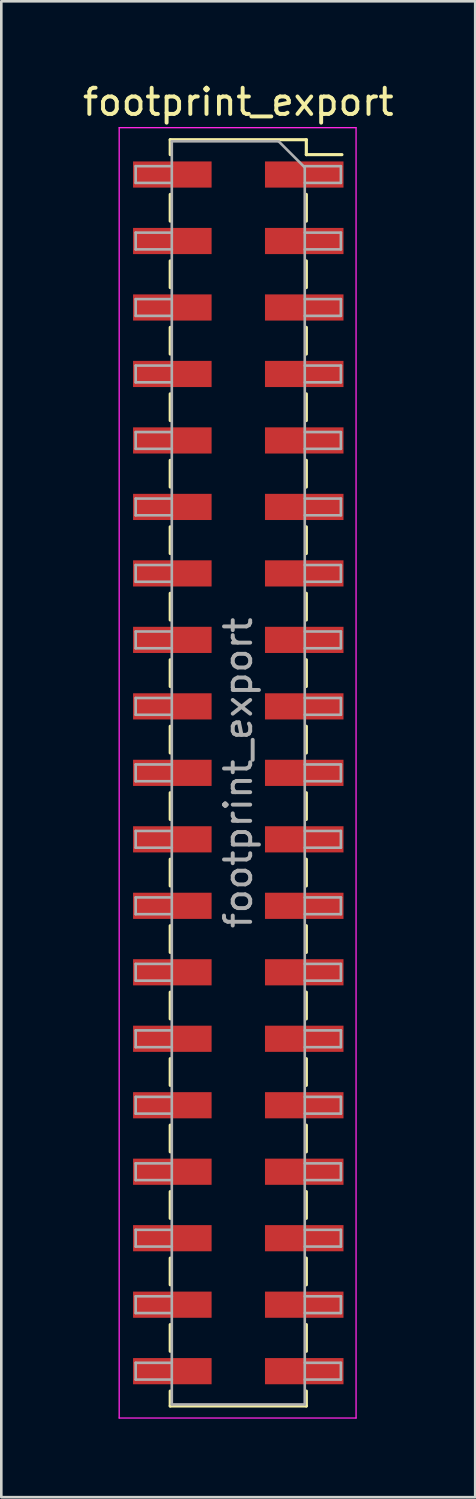
<source format=kicad_pcb>
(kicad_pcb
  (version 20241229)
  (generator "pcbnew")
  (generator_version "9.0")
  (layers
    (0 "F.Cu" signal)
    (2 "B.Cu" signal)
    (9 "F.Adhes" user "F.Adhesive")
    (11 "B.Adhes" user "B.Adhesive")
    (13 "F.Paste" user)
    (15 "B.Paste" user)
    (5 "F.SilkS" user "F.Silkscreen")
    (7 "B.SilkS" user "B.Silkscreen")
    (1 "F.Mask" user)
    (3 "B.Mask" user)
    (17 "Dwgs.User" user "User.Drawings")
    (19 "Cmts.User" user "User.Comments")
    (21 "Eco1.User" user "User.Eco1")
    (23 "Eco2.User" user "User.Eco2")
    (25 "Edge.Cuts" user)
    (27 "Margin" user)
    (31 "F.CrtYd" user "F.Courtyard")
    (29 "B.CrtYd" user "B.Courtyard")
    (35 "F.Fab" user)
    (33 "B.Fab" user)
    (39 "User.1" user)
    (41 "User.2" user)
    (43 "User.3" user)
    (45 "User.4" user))
  (footprint "footprint_export"
    (layer "F.Cu")
    (at 6.054 26.478)
    (property "Reference" "footprint_export" (at 0 -25.63 0) (layer "F.SilkS") (effects (font (size 1 1) (thickness 0.15))))
    (attr smd)
    (fp_line (start -2.6 -24.19) (end -2.6 -23.62) (stroke (width 0.12) (type solid)) (layer "F.SilkS"))
    (fp_line (start -2.6 -24.19) (end 2.6 -24.19) (stroke (width 0.12) (type solid)) (layer "F.SilkS"))
    (fp_line (start -2.6 -22.1) (end -2.6 -21.08) (stroke (width 0.12) (type solid)) (layer "F.SilkS"))
    (fp_line (start -2.6 -19.56) (end -2.6 -18.54) (stroke (width 0.12) (type solid)) (layer "F.SilkS"))
    (fp_line (start -2.6 -17.02) (end -2.6 -16) (stroke (width 0.12) (type solid)) (layer "F.SilkS"))
    (fp_line (start -2.6 -14.48) (end -2.6 -13.46) (stroke (width 0.12) (type solid)) (layer "F.SilkS"))
    (fp_line (start -2.6 -11.94) (end -2.6 -10.92) (stroke (width 0.12) (type solid)) (layer "F.SilkS"))
    (fp_line (start -2.6 -9.4) (end -2.6 -8.38) (stroke (width 0.12) (type solid)) (layer "F.SilkS"))
    (fp_line (start -2.6 -6.86) (end -2.6 -5.84) (stroke (width 0.12) (type solid)) (layer "F.SilkS"))
    (fp_line (start -2.6 -4.32) (end -2.6 -3.3) (stroke (width 0.12) (type solid)) (layer "F.SilkS"))
    (fp_line (start -2.6 -1.78) (end -2.6 -0.76) (stroke (width 0.12) (type solid)) (layer "F.SilkS"))
    (fp_line (start -2.6 0.76) (end -2.6 1.78) (stroke (width 0.12) (type solid)) (layer "F.SilkS"))
    (fp_line (start -2.6 3.3) (end -2.6 4.32) (stroke (width 0.12) (type solid)) (layer "F.SilkS"))
    (fp_line (start -2.6 5.84) (end -2.6 6.86) (stroke (width 0.12) (type solid)) (layer "F.SilkS"))
    (fp_line (start -2.6 8.38) (end -2.6 9.4) (stroke (width 0.12) (type solid)) (layer "F.SilkS"))
    (fp_line (start -2.6 10.92) (end -2.6 11.94) (stroke (width 0.12) (type solid)) (layer "F.SilkS"))
    (fp_line (start -2.6 13.46) (end -2.6 14.48) (stroke (width 0.12) (type solid)) (layer "F.SilkS"))
    (fp_line (start -2.6 16) (end -2.6 17.02) (stroke (width 0.12) (type solid)) (layer "F.SilkS"))
    (fp_line (start -2.6 18.54) (end -2.6 19.56) (stroke (width 0.12) (type solid)) (layer "F.SilkS"))
    (fp_line (start -2.6 21.08) (end -2.6 22.1) (stroke (width 0.12) (type solid)) (layer "F.SilkS"))
    (fp_line (start -2.6 23.62) (end -2.6 24.19) (stroke (width 0.12) (type solid)) (layer "F.SilkS"))
    (fp_line (start -2.6 24.19) (end 2.6 24.19) (stroke (width 0.12) (type solid)) (layer "F.SilkS"))
    (fp_line (start 2.6 -24.19) (end 2.6 -23.62) (stroke (width 0.12) (type solid)) (layer "F.SilkS"))
    (fp_line (start 2.6 -23.62) (end 3.96 -23.62) (stroke (width 0.12) (type solid)) (layer "F.SilkS"))
    (fp_line (start 2.6 -22.1) (end 2.6 -21.08) (stroke (width 0.12) (type solid)) (layer "F.SilkS"))
    (fp_line (start 2.6 -19.56) (end 2.6 -18.54) (stroke (width 0.12) (type solid)) (layer "F.SilkS"))
    (fp_line (start 2.6 -17.02) (end 2.6 -16) (stroke (width 0.12) (type solid)) (layer "F.SilkS"))
    (fp_line (start 2.6 -14.48) (end 2.6 -13.46) (stroke (width 0.12) (type solid)) (layer "F.SilkS"))
    (fp_line (start 2.6 -11.94) (end 2.6 -10.92) (stroke (width 0.12) (type solid)) (layer "F.SilkS"))
    (fp_line (start 2.6 -9.4) (end 2.6 -8.38) (stroke (width 0.12) (type solid)) (layer "F.SilkS"))
    (fp_line (start 2.6 -6.86) (end 2.6 -5.84) (stroke (width 0.12) (type solid)) (layer "F.SilkS"))
    (fp_line (start 2.6 -4.32) (end 2.6 -3.3) (stroke (width 0.12) (type solid)) (layer "F.SilkS"))
    (fp_line (start 2.6 -1.78) (end 2.6 -0.76) (stroke (width 0.12) (type solid)) (layer "F.SilkS"))
    (fp_line (start 2.6 0.76) (end 2.6 1.78) (stroke (width 0.12) (type solid)) (layer "F.SilkS"))
    (fp_line (start 2.6 3.3) (end 2.6 4.32) (stroke (width 0.12) (type solid)) (layer "F.SilkS"))
    (fp_line (start 2.6 5.84) (end 2.6 6.86) (stroke (width 0.12) (type solid)) (layer "F.SilkS"))
    (fp_line (start 2.6 8.38) (end 2.6 9.4) (stroke (width 0.12) (type solid)) (layer "F.SilkS"))
    (fp_line (start 2.6 10.92) (end 2.6 11.94) (stroke (width 0.12) (type solid)) (layer "F.SilkS"))
    (fp_line (start 2.6 13.46) (end 2.6 14.48) (stroke (width 0.12) (type solid)) (layer "F.SilkS"))
    (fp_line (start 2.6 16) (end 2.6 17.02) (stroke (width 0.12) (type solid)) (layer "F.SilkS"))
    (fp_line (start 2.6 18.54) (end 2.6 19.56) (stroke (width 0.12) (type solid)) (layer "F.SilkS"))
    (fp_line (start 2.6 21.08) (end 2.6 22.1) (stroke (width 0.12) (type solid)) (layer "F.SilkS"))
    (fp_line (start 2.6 23.62) (end 2.6 24.19) (stroke (width 0.12) (type solid)) (layer "F.SilkS"))
    (fp_line (start -4.55 -24.65) (end 4.5 -24.65) (stroke (width 0.05) (type solid)) (layer "F.CrtYd"))
    (fp_line (start -4.55 24.65) (end -4.55 -24.65) (stroke (width 0.05) (type solid)) (layer "F.CrtYd"))
    (fp_line (start 4.5 -24.65) (end 4.5 24.65) (stroke (width 0.05) (type solid)) (layer "F.CrtYd"))
    (fp_line (start 4.5 24.65) (end -4.55 24.65) (stroke (width 0.05) (type solid)) (layer "F.CrtYd"))
    (fp_line (start -3.92 -23.18) (end -2.54 -23.18) (stroke (width 0.1) (type solid)) (layer "F.Fab"))
    (fp_line (start -3.92 -22.54) (end -3.92 -23.18) (stroke (width 0.1) (type solid)) (layer "F.Fab"))
    (fp_line (start -3.92 -20.64) (end -2.54 -20.64) (stroke (width 0.1) (type solid)) (layer "F.Fab"))
    (fp_line (start -3.92 -20) (end -3.92 -20.64) (stroke (width 0.1) (type solid)) (layer "F.Fab"))
    (fp_line (start -3.92 -18.1) (end -2.54 -18.1) (stroke (width 0.1) (type solid)) (layer "F.Fab"))
    (fp_line (start -3.92 -17.46) (end -3.92 -18.1) (stroke (width 0.1) (type solid)) (layer "F.Fab"))
    (fp_line (start -3.92 -15.56) (end -2.54 -15.56) (stroke (width 0.1) (type solid)) (layer "F.Fab"))
    (fp_line (start -3.92 -14.92) (end -3.92 -15.56) (stroke (width 0.1) (type solid)) (layer "F.Fab"))
    (fp_line (start -3.92 -13.02) (end -2.54 -13.02) (stroke (width 0.1) (type solid)) (layer "F.Fab"))
    (fp_line (start -3.92 -12.38) (end -3.92 -13.02) (stroke (width 0.1) (type solid)) (layer "F.Fab"))
    (fp_line (start -3.92 -10.48) (end -2.54 -10.48) (stroke (width 0.1) (type solid)) (layer "F.Fab"))
    (fp_line (start -3.92 -9.84) (end -3.92 -10.48) (stroke (width 0.1) (type solid)) (layer "F.Fab"))
    (fp_line (start -3.92 -7.94) (end -2.54 -7.94) (stroke (width 0.1) (type solid)) (layer "F.Fab"))
    (fp_line (start -3.92 -7.3) (end -3.92 -7.94) (stroke (width 0.1) (type solid)) (layer "F.Fab"))
    (fp_line (start -3.92 -5.4) (end -2.54 -5.4) (stroke (width 0.1) (type solid)) (layer "F.Fab"))
    (fp_line (start -3.92 -4.76) (end -3.92 -5.4) (stroke (width 0.1) (type solid)) (layer "F.Fab"))
    (fp_line (start -3.92 -2.86) (end -2.54 -2.86) (stroke (width 0.1) (type solid)) (layer "F.Fab"))
    (fp_line (start -3.92 -2.22) (end -3.92 -2.86) (stroke (width 0.1) (type solid)) (layer "F.Fab"))
    (fp_line (start -3.92 -0.32) (end -2.54 -0.32) (stroke (width 0.1) (type solid)) (layer "F.Fab"))
    (fp_line (start -3.92 0.32) (end -3.92 -0.32) (stroke (width 0.1) (type solid)) (layer "F.Fab"))
    (fp_line (start -3.92 2.22) (end -2.54 2.22) (stroke (width 0.1) (type solid)) (layer "F.Fab"))
    (fp_line (start -3.92 2.86) (end -3.92 2.22) (stroke (width 0.1) (type solid)) (layer "F.Fab"))
    (fp_line (start -3.92 4.76) (end -2.54 4.76) (stroke (width 0.1) (type solid)) (layer "F.Fab"))
    (fp_line (start -3.92 5.4) (end -3.92 4.76) (stroke (width 0.1) (type solid)) (layer "F.Fab"))
    (fp_line (start -3.92 7.3) (end -2.54 7.3) (stroke (width 0.1) (type solid)) (layer "F.Fab"))
    (fp_line (start -3.92 7.94) (end -3.92 7.3) (stroke (width 0.1) (type solid)) (layer "F.Fab"))
    (fp_line (start -3.92 9.84) (end -2.54 9.84) (stroke (width 0.1) (type solid)) (layer "F.Fab"))
    (fp_line (start -3.92 10.48) (end -3.92 9.84) (stroke (width 0.1) (type solid)) (layer "F.Fab"))
    (fp_line (start -3.92 12.38) (end -2.54 12.38) (stroke (width 0.1) (type solid)) (layer "F.Fab"))
    (fp_line (start -3.92 13.02) (end -3.92 12.38) (stroke (width 0.1) (type solid)) (layer "F.Fab"))
    (fp_line (start -3.92 14.92) (end -2.54 14.92) (stroke (width 0.1) (type solid)) (layer "F.Fab"))
    (fp_line (start -3.92 15.56) (end -3.92 14.92) (stroke (width 0.1) (type solid)) (layer "F.Fab"))
    (fp_line (start -3.92 17.46) (end -2.54 17.46) (stroke (width 0.1) (type solid)) (layer "F.Fab"))
    (fp_line (start -3.92 18.1) (end -3.92 17.46) (stroke (width 0.1) (type solid)) (layer "F.Fab"))
    (fp_line (start -3.92 20) (end -2.54 20) (stroke (width 0.1) (type solid)) (layer "F.Fab"))
    (fp_line (start -3.92 20.64) (end -3.92 20) (stroke (width 0.1) (type solid)) (layer "F.Fab"))
    (fp_line (start -3.92 22.54) (end -2.54 22.54) (stroke (width 0.1) (type solid)) (layer "F.Fab"))
    (fp_line (start -3.92 23.18) (end -3.92 22.54) (stroke (width 0.1) (type solid)) (layer "F.Fab"))
    (fp_line (start -2.54 -24.13) (end 1.54 -24.13) (stroke (width 0.1) (type solid)) (layer "F.Fab"))
    (fp_line (start -2.54 -22.54) (end -3.92 -22.54) (stroke (width 0.1) (type solid)) (layer "F.Fab"))
    (fp_line (start -2.54 -20) (end -3.92 -20) (stroke (width 0.1) (type solid)) (layer "F.Fab"))
    (fp_line (start -2.54 -17.46) (end -3.92 -17.46) (stroke (width 0.1) (type solid)) (layer "F.Fab"))
    (fp_line (start -2.54 -14.92) (end -3.92 -14.92) (stroke (width 0.1) (type solid)) (layer "F.Fab"))
    (fp_line (start -2.54 -12.38) (end -3.92 -12.38) (stroke (width 0.1) (type solid)) (layer "F.Fab"))
    (fp_line (start -2.54 -9.84) (end -3.92 -9.84) (stroke (width 0.1) (type solid)) (layer "F.Fab"))
    (fp_line (start -2.54 -7.3) (end -3.92 -7.3) (stroke (width 0.1) (type solid)) (layer "F.Fab"))
    (fp_line (start -2.54 -4.76) (end -3.92 -4.76) (stroke (width 0.1) (type solid)) (layer "F.Fab"))
    (fp_line (start -2.54 -2.22) (end -3.92 -2.22) (stroke (width 0.1) (type solid)) (layer "F.Fab"))
    (fp_line (start -2.54 0.32) (end -3.92 0.32) (stroke (width 0.1) (type solid)) (layer "F.Fab"))
    (fp_line (start -2.54 2.86) (end -3.92 2.86) (stroke (width 0.1) (type solid)) (layer "F.Fab"))
    (fp_line (start -2.54 5.4) (end -3.92 5.4) (stroke (width 0.1) (type solid)) (layer "F.Fab"))
    (fp_line (start -2.54 7.94) (end -3.92 7.94) (stroke (width 0.1) (type solid)) (layer "F.Fab"))
    (fp_line (start -2.54 10.48) (end -3.92 10.48) (stroke (width 0.1) (type solid)) (layer "F.Fab"))
    (fp_line (start -2.54 13.02) (end -3.92 13.02) (stroke (width 0.1) (type solid)) (layer "F.Fab"))
    (fp_line (start -2.54 15.56) (end -3.92 15.56) (stroke (width 0.1) (type solid)) (layer "F.Fab"))
    (fp_line (start -2.54 18.1) (end -3.92 18.1) (stroke (width 0.1) (type solid)) (layer "F.Fab"))
    (fp_line (start -2.54 20.64) (end -3.92 20.64) (stroke (width 0.1) (type solid)) (layer "F.Fab"))
    (fp_line (start -2.54 23.18) (end -3.92 23.18) (stroke (width 0.1) (type solid)) (layer "F.Fab"))
    (fp_line (start -2.54 24.13) (end -2.54 -24.13) (stroke (width 0.1) (type solid)) (layer "F.Fab"))
    (fp_line (start 1.54 -24.13) (end 2.54 -23.13) (stroke (width 0.1) (type solid)) (layer "F.Fab"))
    (fp_line (start 2.54 -23.18) (end 3.92 -23.18) (stroke (width 0.1) (type solid)) (layer "F.Fab"))
    (fp_line (start 2.54 -23.13) (end 2.54 24.13) (stroke (width 0.1) (type solid)) (layer "F.Fab"))
    (fp_line (start 2.54 -20.64) (end 3.92 -20.64) (stroke (width 0.1) (type solid)) (layer "F.Fab"))
    (fp_line (start 2.54 -18.1) (end 3.92 -18.1) (stroke (width 0.1) (type solid)) (layer "F.Fab"))
    (fp_line (start 2.54 -15.56) (end 3.92 -15.56) (stroke (width 0.1) (type solid)) (layer "F.Fab"))
    (fp_line (start 2.54 -13.02) (end 3.92 -13.02) (stroke (width 0.1) (type solid)) (layer "F.Fab"))
    (fp_line (start 2.54 -10.48) (end 3.92 -10.48) (stroke (width 0.1) (type solid)) (layer "F.Fab"))
    (fp_line (start 2.54 -7.94) (end 3.92 -7.94) (stroke (width 0.1) (type solid)) (layer "F.Fab"))
    (fp_line (start 2.54 -5.4) (end 3.92 -5.4) (stroke (width 0.1) (type solid)) (layer "F.Fab"))
    (fp_line (start 2.54 -2.86) (end 3.92 -2.86) (stroke (width 0.1) (type solid)) (layer "F.Fab"))
    (fp_line (start 2.54 -0.32) (end 3.92 -0.32) (stroke (width 0.1) (type solid)) (layer "F.Fab"))
    (fp_line (start 2.54 2.22) (end 3.92 2.22) (stroke (width 0.1) (type solid)) (layer "F.Fab"))
    (fp_line (start 2.54 4.76) (end 3.92 4.76) (stroke (width 0.1) (type solid)) (layer "F.Fab"))
    (fp_line (start 2.54 7.3) (end 3.92 7.3) (stroke (width 0.1) (type solid)) (layer "F.Fab"))
    (fp_line (start 2.54 9.84) (end 3.92 9.84) (stroke (width 0.1) (type solid)) (layer "F.Fab"))
    (fp_line (start 2.54 12.38) (end 3.92 12.38) (stroke (width 0.1) (type solid)) (layer "F.Fab"))
    (fp_line (start 2.54 14.92) (end 3.92 14.92) (stroke (width 0.1) (type solid)) (layer "F.Fab"))
    (fp_line (start 2.54 17.46) (end 3.92 17.46) (stroke (width 0.1) (type solid)) (layer "F.Fab"))
    (fp_line (start 2.54 20) (end 3.92 20) (stroke (width 0.1) (type solid)) (layer "F.Fab"))
    (fp_line (start 2.54 22.54) (end 3.92 22.54) (stroke (width 0.1) (type solid)) (layer "F.Fab"))
    (fp_line (start 2.54 24.13) (end -2.54 24.13) (stroke (width 0.1) (type solid)) (layer "F.Fab"))
    (fp_line (start 3.92 -23.18) (end 3.92 -22.54) (stroke (width 0.1) (type solid)) (layer "F.Fab"))
    (fp_line (start 3.92 -22.54) (end 2.54 -22.54) (stroke (width 0.1) (type solid)) (layer "F.Fab"))
    (fp_line (start 3.92 -20.64) (end 3.92 -20) (stroke (width 0.1) (type solid)) (layer "F.Fab"))
    (fp_line (start 3.92 -20) (end 2.54 -20) (stroke (width 0.1) (type solid)) (layer "F.Fab"))
    (fp_line (start 3.92 -18.1) (end 3.92 -17.46) (stroke (width 0.1) (type solid)) (layer "F.Fab"))
    (fp_line (start 3.92 -17.46) (end 2.54 -17.46) (stroke (width 0.1) (type solid)) (layer "F.Fab"))
    (fp_line (start 3.92 -15.56) (end 3.92 -14.92) (stroke (width 0.1) (type solid)) (layer "F.Fab"))
    (fp_line (start 3.92 -14.92) (end 2.54 -14.92) (stroke (width 0.1) (type solid)) (layer "F.Fab"))
    (fp_line (start 3.92 -13.02) (end 3.92 -12.38) (stroke (width 0.1) (type solid)) (layer "F.Fab"))
    (fp_line (start 3.92 -12.38) (end 2.54 -12.38) (stroke (width 0.1) (type solid)) (layer "F.Fab"))
    (fp_line (start 3.92 -10.48) (end 3.92 -9.84) (stroke (width 0.1) (type solid)) (layer "F.Fab"))
    (fp_line (start 3.92 -9.84) (end 2.54 -9.84) (stroke (width 0.1) (type solid)) (layer "F.Fab"))
    (fp_line (start 3.92 -7.94) (end 3.92 -7.3) (stroke (width 0.1) (type solid)) (layer "F.Fab"))
    (fp_line (start 3.92 -7.3) (end 2.54 -7.3) (stroke (width 0.1) (type solid)) (layer "F.Fab"))
    (fp_line (start 3.92 -5.4) (end 3.92 -4.76) (stroke (width 0.1) (type solid)) (layer "F.Fab"))
    (fp_line (start 3.92 -4.76) (end 2.54 -4.76) (stroke (width 0.1) (type solid)) (layer "F.Fab"))
    (fp_line (start 3.92 -2.86) (end 3.92 -2.22) (stroke (width 0.1) (type solid)) (layer "F.Fab"))
    (fp_line (start 3.92 -2.22) (end 2.54 -2.22) (stroke (width 0.1) (type solid)) (layer "F.Fab"))
    (fp_line (start 3.92 -0.32) (end 3.92 0.32) (stroke (width 0.1) (type solid)) (layer "F.Fab"))
    (fp_line (start 3.92 0.32) (end 2.54 0.32) (stroke (width 0.1) (type solid)) (layer "F.Fab"))
    (fp_line (start 3.92 2.22) (end 3.92 2.86) (stroke (width 0.1) (type solid)) (layer "F.Fab"))
    (fp_line (start 3.92 2.86) (end 2.54 2.86) (stroke (width 0.1) (type solid)) (layer "F.Fab"))
    (fp_line (start 3.92 4.76) (end 3.92 5.4) (stroke (width 0.1) (type solid)) (layer "F.Fab"))
    (fp_line (start 3.92 5.4) (end 2.54 5.4) (stroke (width 0.1) (type solid)) (layer "F.Fab"))
    (fp_line (start 3.92 7.3) (end 3.92 7.94) (stroke (width 0.1) (type solid)) (layer "F.Fab"))
    (fp_line (start 3.92 7.94) (end 2.54 7.94) (stroke (width 0.1) (type solid)) (layer "F.Fab"))
    (fp_line (start 3.92 9.84) (end 3.92 10.48) (stroke (width 0.1) (type solid)) (layer "F.Fab"))
    (fp_line (start 3.92 10.48) (end 2.54 10.48) (stroke (width 0.1) (type solid)) (layer "F.Fab"))
    (fp_line (start 3.92 12.38) (end 3.92 13.02) (stroke (width 0.1) (type solid)) (layer "F.Fab"))
    (fp_line (start 3.92 13.02) (end 2.54 13.02) (stroke (width 0.1) (type solid)) (layer "F.Fab"))
    (fp_line (start 3.92 14.92) (end 3.92 15.56) (stroke (width 0.1) (type solid)) (layer "F.Fab"))
    (fp_line (start 3.92 15.56) (end 2.54 15.56) (stroke (width 0.1) (type solid)) (layer "F.Fab"))
    (fp_line (start 3.92 17.46) (end 3.92 18.1) (stroke (width 0.1) (type solid)) (layer "F.Fab"))
    (fp_line (start 3.92 18.1) (end 2.54 18.1) (stroke (width 0.1) (type solid)) (layer "F.Fab"))
    (fp_line (start 3.92 20) (end 3.92 20.64) (stroke (width 0.1) (type solid)) (layer "F.Fab"))
    (fp_line (start 3.92 20.64) (end 2.54 20.64) (stroke (width 0.1) (type solid)) (layer "F.Fab"))
    (fp_line (start 3.92 22.54) (end 3.92 23.18) (stroke (width 0.1) (type solid)) (layer "F.Fab"))
    (fp_line (start 3.92 23.18) (end 2.54 23.18) (stroke (width 0.1) (type solid)) (layer "F.Fab"))
    (fp_text user "${REFERENCE}" (at 0 0 90) (layer "F.Fab") (effects (font (size 1 1) (thickness 0.15))))
    (pad "1" smd rect (at 2.52 -22.86) (size 3 1) (layers "F.Cu" "F.Mask" "F.Paste"))
    (pad "2" smd rect (at -2.52 -22.86) (size 3 1) (layers "F.Cu" "F.Mask" "F.Paste"))
    (pad "3" smd rect (at 2.52 -20.32) (size 3 1) (layers "F.Cu" "F.Mask" "F.Paste"))
    (pad "4" smd rect (at -2.52 -20.32) (size 3 1) (layers "F.Cu" "F.Mask" "F.Paste"))
    (pad "5" smd rect (at 2.52 -17.78) (size 3 1) (layers "F.Cu" "F.Mask" "F.Paste"))
    (pad "6" smd rect (at -2.52 -17.78) (size 3 1) (layers "F.Cu" "F.Mask" "F.Paste"))
    (pad "7" smd rect (at 2.52 -15.24) (size 3 1) (layers "F.Cu" "F.Mask" "F.Paste"))
    (pad "8" smd rect (at -2.52 -15.24) (size 3 1) (layers "F.Cu" "F.Mask" "F.Paste"))
    (pad "9" smd rect (at 2.52 -12.7) (size 3 1) (layers "F.Cu" "F.Mask" "F.Paste"))
    (pad "10" smd rect (at -2.52 -12.7) (size 3 1) (layers "F.Cu" "F.Mask" "F.Paste"))
    (pad "11" smd rect (at 2.52 -10.16) (size 3 1) (layers "F.Cu" "F.Mask" "F.Paste"))
    (pad "12" smd rect (at -2.52 -10.16) (size 3 1) (layers "F.Cu" "F.Mask" "F.Paste"))
    (pad "13" smd rect (at 2.52 -7.62) (size 3 1) (layers "F.Cu" "F.Mask" "F.Paste"))
    (pad "14" smd rect (at -2.52 -7.62) (size 3 1) (layers "F.Cu" "F.Mask" "F.Paste"))
    (pad "15" smd rect (at 2.52 -5.08) (size 3 1) (layers "F.Cu" "F.Mask" "F.Paste"))
    (pad "16" smd rect (at -2.52 -5.08) (size 3 1) (layers "F.Cu" "F.Mask" "F.Paste"))
    (pad "17" smd rect (at 2.52 -2.54) (size 3 1) (layers "F.Cu" "F.Mask" "F.Paste"))
    (pad "18" smd rect (at -2.52 -2.54) (size 3 1) (layers "F.Cu" "F.Mask" "F.Paste"))
    (pad "19" smd rect (at 2.52 0) (size 3 1) (layers "F.Cu" "F.Mask" "F.Paste"))
    (pad "20" smd rect (at -2.52 0) (size 3 1) (layers "F.Cu" "F.Mask" "F.Paste"))
    (pad "21" smd rect (at 2.52 2.54) (size 3 1) (layers "F.Cu" "F.Mask" "F.Paste"))
    (pad "22" smd rect (at -2.52 2.54) (size 3 1) (layers "F.Cu" "F.Mask" "F.Paste"))
    (pad "23" smd rect (at 2.52 5.08) (size 3 1) (layers "F.Cu" "F.Mask" "F.Paste"))
    (pad "24" smd rect (at -2.52 5.08) (size 3 1) (layers "F.Cu" "F.Mask" "F.Paste"))
    (pad "25" smd rect (at 2.52 7.62) (size 3 1) (layers "F.Cu" "F.Mask" "F.Paste"))
    (pad "26" smd rect (at -2.52 7.62) (size 3 1) (layers "F.Cu" "F.Mask" "F.Paste"))
    (pad "27" smd rect (at 2.52 10.16) (size 3 1) (layers "F.Cu" "F.Mask" "F.Paste"))
    (pad "28" smd rect (at -2.52 10.16) (size 3 1) (layers "F.Cu" "F.Mask" "F.Paste"))
    (pad "29" smd rect (at 2.52 12.7) (size 3 1) (layers "F.Cu" "F.Mask" "F.Paste"))
    (pad "30" smd rect (at -2.52 12.7) (size 3 1) (layers "F.Cu" "F.Mask" "F.Paste"))
    (pad "31" smd rect (at 2.52 15.24) (size 3 1) (layers "F.Cu" "F.Mask" "F.Paste"))
    (pad "32" smd rect (at -2.52 15.24) (size 3 1) (layers "F.Cu" "F.Mask" "F.Paste"))
    (pad "33" smd rect (at 2.52 17.78) (size 3 1) (layers "F.Cu" "F.Mask" "F.Paste"))
    (pad "34" smd rect (at -2.52 17.78) (size 3 1) (layers "F.Cu" "F.Mask" "F.Paste"))
    (pad "35" smd rect (at 2.52 20.32) (size 3 1) (layers "F.Cu" "F.Mask" "F.Paste"))
    (pad "36" smd rect (at -2.52 20.32) (size 3 1) (layers "F.Cu" "F.Mask" "F.Paste"))
    (pad "37" smd rect (at 2.52 22.86) (size 3 1) (layers "F.Cu" "F.Mask" "F.Paste"))
    (pad "38" smd rect (at -2.52 22.86) (size 3 1) (layers "F.Cu" "F.Mask" "F.Paste")))
  (gr_rect
    (start -3 -3)
    (end 15.107 54.153)
    (stroke (width 0.1) (type default))
    (fill no)
    (layer "Edge.Cuts")))
</source>
